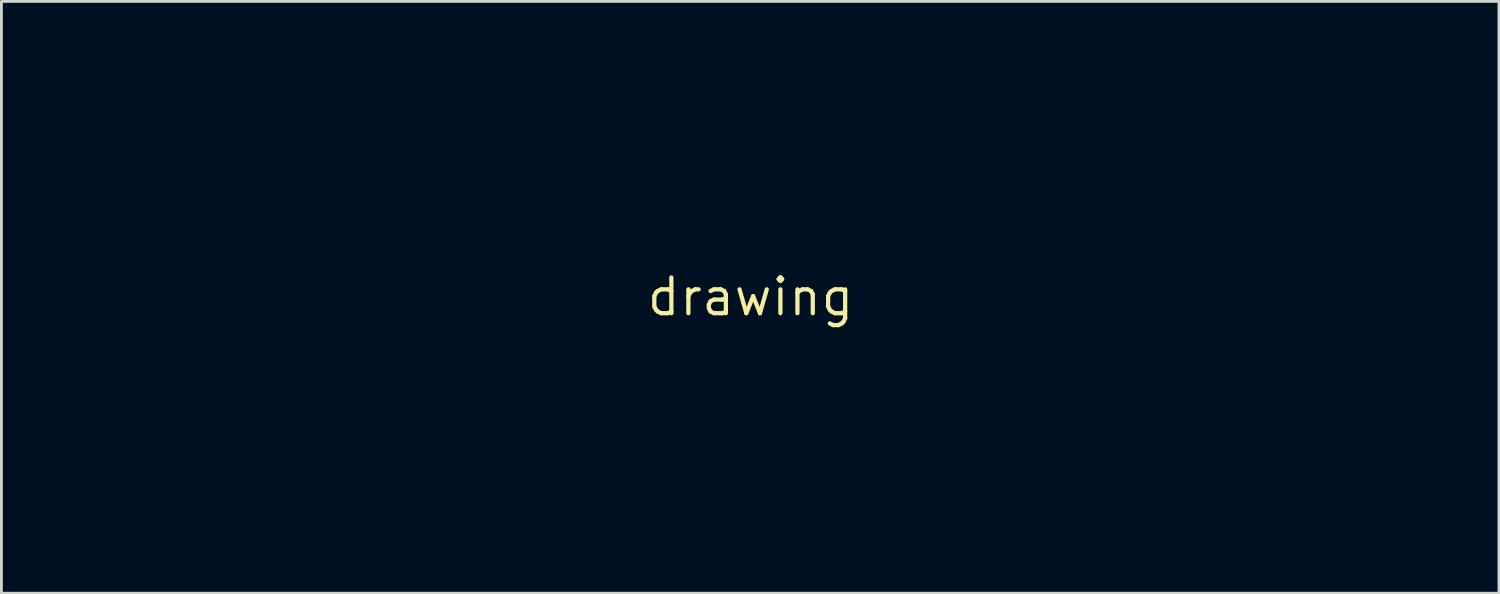
<source format=kicad_pcb>
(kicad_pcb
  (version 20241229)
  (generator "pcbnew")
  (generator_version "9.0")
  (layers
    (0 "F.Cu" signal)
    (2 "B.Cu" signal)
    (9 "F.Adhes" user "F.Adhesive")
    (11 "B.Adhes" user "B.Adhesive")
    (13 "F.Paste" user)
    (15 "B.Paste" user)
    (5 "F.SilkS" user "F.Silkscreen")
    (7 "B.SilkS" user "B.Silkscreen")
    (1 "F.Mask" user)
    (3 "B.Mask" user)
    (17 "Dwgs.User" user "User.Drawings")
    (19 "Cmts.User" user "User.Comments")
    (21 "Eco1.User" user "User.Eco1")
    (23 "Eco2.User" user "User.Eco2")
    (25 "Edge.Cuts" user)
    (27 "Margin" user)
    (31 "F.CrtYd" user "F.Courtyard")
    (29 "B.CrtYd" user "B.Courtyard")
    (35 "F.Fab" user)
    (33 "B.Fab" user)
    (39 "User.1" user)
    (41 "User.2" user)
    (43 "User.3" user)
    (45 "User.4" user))
  (footprint "drawing"
    (layer "F.Cu")
    (at 23.59 7.486)
    (property "Reference" "drawing" (at 0 0 0) (layer "F.SilkS") (effects (font (size 1.27 1.27) (thickness 0.15))))
    (attr through_hole)
    (fp_poly (pts (xy -3.48 2.815) (xy -3.184 2.816) (xy -2.905 2.817) (xy -2.645 2.818) (xy -2.407 2.819) (xy -2.192 2.821) (xy -2.005 2.822) (xy -1.848 2.824) (xy -1.723 2.827) (xy -1.632 2.829) (xy -1.58 2.831) (xy -1.566 2.834) (xy -1.576 2.856) (xy -1.605 2.91) (xy -1.649 2.992) (xy -1.705 3.095) (xy -1.772 3.214) (xy -1.847 3.346) (xy -1.847 3.347) (xy -2.128 3.842) (xy -2.8 3.847) (xy -3.471 3.853) (xy -3.471 7.514) (xy -4.487 7.514) (xy -4.487 3.852) (xy -6.011 3.852) (xy -6.011 2.815) (xy -3.789 2.815) (xy -3.48 2.815)) (stroke (width 0.01) (type solid)) (fill yes) (layer "F.Mask"))
    (fp_poly (pts (xy -16.835 2.815) (xy -16.558 2.816) (xy -16.296 2.817) (xy -16.052 2.818) (xy -15.829 2.819) (xy -15.63 2.82) (xy -15.458 2.822) (xy -15.316 2.824) (xy -15.206 2.826) (xy -15.132 2.828) (xy -15.096 2.83) (xy -15.093 2.831) (xy -15.103 2.853) (xy -15.131 2.907) (xy -15.175 2.987) (xy -15.232 3.09) (xy -15.299 3.209) (xy -15.374 3.341) (xy -15.376 3.344) (xy -15.658 3.842) (xy -16.899 3.847) (xy -18.14 3.853) (xy -18.14 4.763) (xy -17.166 4.763) (xy -16.968 4.763) (xy -16.783 4.764) (xy -16.616 4.765) (xy -16.471 4.767) (xy -16.352 4.77) (xy -16.263 4.772) (xy -16.208 4.776) (xy -16.193 4.778) (xy -16.203 4.8) (xy -16.231 4.854) (xy -16.275 4.935) (xy -16.331 5.037) (xy -16.398 5.157) (xy -16.472 5.289) (xy -16.474 5.292) (xy -16.756 5.789) (xy -18.14 5.8) (xy -18.14 7.514) (xy -19.156 7.514) (xy -19.156 2.815) (xy -17.124 2.815) (xy -16.835 2.815)) (stroke (width 0.01) (type solid)) (fill yes) (layer "F.Mask"))
    (fp_poly (pts (xy 17.286 2.815) (xy 17.563 2.816) (xy 17.825 2.817) (xy 18.069 2.818) (xy 18.291 2.819) (xy 18.49 2.82) (xy 18.662 2.822) (xy 18.805 2.824) (xy 18.915 2.826) (xy 18.989 2.828) (xy 19.025 2.83) (xy 19.028 2.831) (xy 19.018 2.853) (xy 18.99 2.907) (xy 18.946 2.987) (xy 18.889 3.09) (xy 18.822 3.21) (xy 18.748 3.342) (xy 18.747 3.344) (xy 18.466 3.842) (xy 17.223 3.847) (xy 15.981 3.853) (xy 15.981 4.763) (xy 16.957 4.763) (xy 17.185 4.763) (xy 17.375 4.763) (xy 17.53 4.764) (xy 17.653 4.765) (xy 17.747 4.767) (xy 17.817 4.769) (xy 17.866 4.773) (xy 17.897 4.777) (xy 17.914 4.783) (xy 17.92 4.79) (xy 17.919 4.799) (xy 17.919 4.8) (xy 17.905 4.827) (xy 17.873 4.887) (xy 17.827 4.973) (xy 17.768 5.079) (xy 17.7 5.201) (xy 17.636 5.318) (xy 17.367 5.799) (xy 16.674 5.799) (xy 15.981 5.8) (xy 15.981 6.477) (xy 17.505 6.477) (xy 17.755 6.477) (xy 17.992 6.478) (xy 18.213 6.478) (xy 18.414 6.479) (xy 18.593 6.481) (xy 18.746 6.482) (xy 18.869 6.484) (xy 18.959 6.485) (xy 19.014 6.487) (xy 19.029 6.489) (xy 19.019 6.51) (xy 18.991 6.563) (xy 18.948 6.643) (xy 18.892 6.746) (xy 18.826 6.866) (xy 18.753 6.998) (xy 18.748 7.007) (xy 18.468 7.513) (xy 16.716 7.514) (xy 14.965 7.514) (xy 14.965 2.815) (xy 16.997 2.815) (xy 17.286 2.815)) (stroke (width 0.01) (type solid)) (fill yes) (layer "F.Mask"))
    (fp_poly (pts (xy 9.118 2.82) (xy 9.377 2.822) (xy 9.597 2.824) (xy 9.782 2.825) (xy 9.936 2.827) (xy 10.063 2.829) (xy 10.165 2.832) (xy 10.247 2.836) (xy 10.313 2.84) (xy 10.366 2.845) (xy 10.409 2.851) (xy 10.446 2.859) (xy 10.482 2.868) (xy 10.505 2.874) (xy 10.749 2.963) (xy 10.972 3.086) (xy 11.17 3.24) (xy 11.341 3.421) (xy 11.481 3.627) (xy 11.588 3.853) (xy 11.659 4.097) (xy 11.683 4.245) (xy 11.69 4.473) (xy 11.663 4.708) (xy 11.605 4.938) (xy 11.519 5.152) (xy 11.478 5.228) (xy 11.41 5.329) (xy 11.318 5.44) (xy 11.213 5.551) (xy 11.105 5.653) (xy 11.002 5.736) (xy 10.936 5.779) (xy 10.812 5.848) (xy 11.645 6.681) (xy 12.478 7.514) (xy 11.165 7.514) (xy 10.425 6.773) (xy 9.684 6.032) (xy 8.932 6.032) (xy 8.932 7.514) (xy 7.895 7.514) (xy 7.895 4.995) (xy 8.932 4.995) (xy 9.542 4.995) (xy 9.731 4.995) (xy 9.882 4.993) (xy 10.001 4.991) (xy 10.094 4.987) (xy 10.164 4.981) (xy 10.219 4.973) (xy 10.261 4.963) (xy 10.264 4.962) (xy 10.376 4.911) (xy 10.483 4.829) (xy 10.573 4.729) (xy 10.611 4.668) (xy 10.645 4.57) (xy 10.659 4.452) (xy 10.653 4.329) (xy 10.628 4.22) (xy 10.61 4.178) (xy 10.518 4.048) (xy 10.397 3.942) (xy 10.343 3.91) (xy 10.317 3.897) (xy 10.289 3.886) (xy 10.256 3.878) (xy 10.211 3.872) (xy 10.151 3.867) (xy 10.069 3.864) (xy 9.961 3.861) (xy 9.823 3.859) (xy 9.648 3.857) (xy 9.594 3.857) (xy 8.932 3.85) (xy 8.932 4.995) (xy 7.895 4.995) (xy 7.895 2.812) (xy 9.118 2.82)) (stroke (width 0.01) (type solid)) (fill yes) (layer "F.Mask"))
    (fp_poly (pts (xy 1.846 4.272) (xy 1.852 5.729) (xy 1.942 5.91) (xy 2.052 6.09) (xy 2.189 6.236) (xy 2.351 6.349) (xy 2.541 6.429) (xy 2.597 6.445) (xy 2.79 6.475) (xy 2.981 6.465) (xy 3.165 6.419) (xy 3.337 6.339) (xy 3.492 6.229) (xy 3.624 6.091) (xy 3.729 5.929) (xy 3.791 5.777) (xy 3.799 5.749) (xy 3.806 5.719) (xy 3.812 5.684) (xy 3.816 5.64) (xy 3.82 5.583) (xy 3.824 5.511) (xy 3.826 5.421) (xy 3.828 5.308) (xy 3.829 5.171) (xy 3.83 5.005) (xy 3.831 4.807) (xy 3.831 4.574) (xy 3.831 4.303) (xy 3.831 4.231) (xy 3.831 2.815) (xy 4.87 2.815) (xy 4.863 4.323) (xy 4.862 4.626) (xy 4.861 4.89) (xy 4.859 5.119) (xy 4.857 5.315) (xy 4.854 5.483) (xy 4.849 5.625) (xy 4.843 5.745) (xy 4.835 5.847) (xy 4.824 5.933) (xy 4.81 6.007) (xy 4.793 6.074) (xy 4.773 6.135) (xy 4.749 6.194) (xy 4.721 6.255) (xy 4.688 6.322) (xy 4.65 6.396) (xy 4.647 6.403) (xy 4.496 6.658) (xy 4.316 6.883) (xy 4.107 7.077) (xy 3.871 7.239) (xy 3.608 7.368) (xy 3.397 7.442) (xy 3.311 7.466) (xy 3.232 7.482) (xy 3.148 7.493) (xy 3.048 7.501) (xy 2.919 7.505) (xy 2.889 7.506) (xy 2.723 7.507) (xy 2.591 7.503) (xy 2.488 7.492) (xy 2.437 7.483) (xy 2.15 7.398) (xy 1.883 7.278) (xy 1.638 7.125) (xy 1.419 6.941) (xy 1.229 6.73) (xy 1.077 6.502) (xy 1 6.348) (xy 0.93 6.171) (xy 0.873 5.988) (xy 0.834 5.817) (xy 0.827 5.772) (xy 0.822 5.714) (xy 0.818 5.616) (xy 0.814 5.481) (xy 0.811 5.31) (xy 0.808 5.106) (xy 0.806 4.871) (xy 0.805 4.608) (xy 0.804 4.318) (xy 0.804 4.211) (xy 0.804 2.815) (xy 1.84 2.815) (xy 1.846 4.272)) (stroke (width 0.01) (type solid)) (fill yes) (layer "F.Mask"))
    (fp_poly (pts (xy -11.811 4.208) (xy -11.811 4.498) (xy -11.811 4.749) (xy -11.81 4.964) (xy -11.808 5.147) (xy -11.806 5.301) (xy -11.803 5.43) (xy -11.798 5.536) (xy -11.791 5.622) (xy -11.783 5.693) (xy -11.772 5.752) (xy -11.759 5.801) (xy -11.744 5.845) (xy -11.726 5.886) (xy -11.704 5.927) (xy -11.689 5.957) (xy -11.619 6.062) (xy -11.523 6.17) (xy -11.415 6.269) (xy -11.309 6.345) (xy -11.291 6.355) (xy -11.1 6.434) (xy -10.902 6.472) (xy -10.7 6.469) (xy -10.499 6.424) (xy -10.363 6.37) (xy -10.259 6.307) (xy -10.149 6.216) (xy -10.046 6.111) (xy -9.961 6.002) (xy -9.929 5.949) (xy -9.905 5.902) (xy -9.884 5.858) (xy -9.866 5.812) (xy -9.851 5.762) (xy -9.838 5.705) (xy -9.828 5.636) (xy -9.819 5.554) (xy -9.813 5.453) (xy -9.808 5.332) (xy -9.805 5.186) (xy -9.803 5.012) (xy -9.801 4.808) (xy -9.801 4.569) (xy -9.801 4.292) (xy -9.801 4.175) (xy -9.8 2.815) (xy -8.784 2.815) (xy -8.784 4.263) (xy -8.784 4.561) (xy -8.785 4.82) (xy -8.785 5.043) (xy -8.787 5.235) (xy -8.789 5.397) (xy -8.793 5.535) (xy -8.797 5.651) (xy -8.804 5.748) (xy -8.812 5.831) (xy -8.822 5.903) (xy -8.835 5.966) (xy -8.85 6.025) (xy -8.868 6.083) (xy -8.888 6.143) (xy -8.91 6.204) (xy -9.023 6.453) (xy -9.171 6.686) (xy -9.351 6.898) (xy -9.557 7.085) (xy -9.786 7.242) (xy -10.031 7.364) (xy -10.094 7.388) (xy -10.2 7.423) (xy -10.315 7.456) (xy -10.416 7.481) (xy -10.432 7.484) (xy -10.55 7.5) (xy -10.693 7.509) (xy -10.847 7.511) (xy -10.998 7.507) (xy -11.132 7.495) (xy -11.216 7.481) (xy -11.376 7.442) (xy -11.519 7.394) (xy -11.664 7.331) (xy -11.748 7.29) (xy -11.99 7.142) (xy -12.21 6.962) (xy -12.402 6.753) (xy -12.564 6.52) (xy -12.69 6.267) (xy -12.726 6.175) (xy -12.749 6.109) (xy -12.768 6.047) (xy -12.785 5.986) (xy -12.8 5.923) (xy -12.812 5.853) (xy -12.822 5.773) (xy -12.83 5.681) (xy -12.836 5.572) (xy -12.84 5.443) (xy -12.844 5.291) (xy -12.846 5.112) (xy -12.847 4.902) (xy -12.848 4.659) (xy -12.848 4.379) (xy -12.848 4.231) (xy -12.848 2.815) (xy -11.811 2.815) (xy -11.811 4.208)) (stroke (width 0.01) (type solid)) (fill yes) (layer "F.Mask"))
    (fp_poly (pts (xy 11.108 -3.523) (xy 11.238 -3.485) (xy 11.354 -3.416) (xy 11.417 -3.364) (xy 11.519 -3.253) (xy 11.586 -3.137) (xy 11.621 -3.004) (xy 11.63 -2.868) (xy 11.618 -2.713) (xy 11.579 -2.583) (xy 11.508 -2.468) (xy 11.417 -2.372) (xy 11.318 -2.295) (xy 11.213 -2.241) (xy 11.09 -2.208) (xy 10.945 -2.19) (xy 10.914 -2.188) (xy 10.842 -2.185) (xy 10.73 -2.179) (xy 10.58 -2.173) (xy 10.392 -2.164) (xy 10.168 -2.154) (xy 9.91 -2.143) (xy 9.617 -2.13) (xy 9.293 -2.116) (xy 8.937 -2.1) (xy 8.551 -2.083) (xy 8.137 -2.065) (xy 7.695 -2.046) (xy 7.226 -2.025) (xy 6.733 -2.004) (xy 6.215 -1.981) (xy 5.675 -1.958) (xy 5.114 -1.933) (xy 4.532 -1.908) (xy 3.931 -1.882) (xy 3.312 -1.855) (xy 2.677 -1.828) (xy 2.027 -1.799) (xy 1.362 -1.77) (xy 0.684 -1.741) (xy -0.005 -1.711) (xy -0.705 -1.681) (xy -1.415 -1.65) (xy -2.132 -1.619) (xy -2.857 -1.588) (xy -3.586 -1.556) (xy -4.321 -1.524) (xy -5.059 -1.493) (xy -5.798 -1.461) (xy -6.539 -1.429) (xy -7.279 -1.397) (xy -8.017 -1.365) (xy -8.753 -1.333) (xy -9.484 -1.301) (xy -10.21 -1.27) (xy -10.93 -1.239) (xy -11.642 -1.208) (xy -12.345 -1.178) (xy -13.038 -1.148) (xy -13.72 -1.119) (xy -14.389 -1.09) (xy -15.044 -1.062) (xy -15.684 -1.034) (xy -16.308 -1.008) (xy -16.914 -0.981) (xy -17.502 -0.956) (xy -18.07 -0.932) (xy -18.617 -0.908) (xy -19.142 -0.886) (xy -19.643 -0.864) (xy -20.119 -0.844) (xy -20.57 -0.825) (xy -20.993 -0.807) (xy -21.388 -0.79) (xy -21.753 -0.774) (xy -22.088 -0.76) (xy -22.39 -0.747) (xy -22.659 -0.736) (xy -22.894 -0.726) (xy -23.093 -0.718) (xy -23.255 -0.711) (xy -23.379 -0.706) (xy -23.464 -0.703) (xy -23.509 -0.701) (xy -23.515 -0.701) (xy -23.565 -0.704) (xy -23.585 -0.709) (xy -23.58 -0.712) (xy -23.556 -0.714) (xy -23.491 -0.72) (xy -23.387 -0.729) (xy -23.244 -0.741) (xy -23.063 -0.756) (xy -22.847 -0.774) (xy -22.595 -0.795) (xy -22.31 -0.819) (xy -21.992 -0.845) (xy -21.643 -0.874) (xy -21.264 -0.906) (xy -20.855 -0.939) (xy -20.42 -0.975) (xy -19.957 -1.013) (xy -19.469 -1.054) (xy -18.958 -1.096) (xy -18.423 -1.14) (xy -17.867 -1.185) (xy -17.29 -1.233) (xy -16.694 -1.282) (xy -16.08 -1.332) (xy -15.449 -1.384) (xy -14.803 -1.437) (xy -14.142 -1.491) (xy -13.468 -1.546) (xy -12.782 -1.603) (xy -12.085 -1.66) (xy -11.379 -1.717) (xy -10.664 -1.776) (xy -9.942 -1.835) (xy -9.214 -1.895) (xy -8.481 -1.955) (xy -7.745 -2.015) (xy -7.006 -2.075) (xy -6.266 -2.136) (xy -5.527 -2.196) (xy -4.788 -2.257) (xy -4.052 -2.317) (xy -3.32 -2.377) (xy -2.593 -2.436) (xy -1.872 -2.495) (xy -1.158 -2.553) (xy -0.452 -2.611) (xy 0.243 -2.667) (xy 0.928 -2.723) (xy 1.6 -2.778) (xy 2.26 -2.832) (xy 2.904 -2.884) (xy 3.533 -2.935) (xy 4.145 -2.985) (xy 4.738 -3.034) (xy 5.313 -3.08) (xy 5.866 -3.125) (xy 6.398 -3.168) (xy 6.907 -3.21) (xy 7.391 -3.249) (xy 7.851 -3.286) (xy 8.283 -3.321) (xy 8.688 -3.354) (xy 9.063 -3.384) (xy 9.409 -3.412) (xy 9.722 -3.438) (xy 10.004 -3.46) (xy 10.251 -3.48) (xy 10.463 -3.497) (xy 10.639 -3.511) (xy 10.777 -3.522) (xy 10.877 -3.529) (xy 10.937 -3.534) (xy 10.955 -3.535) (xy 11.108 -3.523)) (stroke (width 0.01) (type solid)) (fill yes) (layer "F.Mask"))
    (fp_poly (pts (xy 22.9 -7.48) (xy 22.925 -7.478) (xy 22.944 -7.475) (xy 22.96 -7.471) (xy 22.972 -7.467) (xy 22.982 -7.462) (xy 22.99 -7.456) (xy 22.997 -7.45) (xy 23.004 -7.444) (xy 23.012 -7.438) (xy 23.022 -7.431) (xy 23.035 -7.424) (xy 23.035 -7.424) (xy 23.178 -7.338) (xy 23.31 -7.221) (xy 23.418 -7.083) (xy 23.473 -6.985) (xy 23.534 -6.805) (xy 23.556 -6.624) (xy 23.541 -6.447) (xy 23.492 -6.278) (xy 23.411 -6.123) (xy 23.3 -5.987) (xy 23.163 -5.873) (xy 23.001 -5.788) (xy 22.827 -5.738) (xy 22.802 -5.735) (xy 22.737 -5.729) (xy 22.631 -5.72) (xy 22.487 -5.707) (xy 22.305 -5.691) (xy 22.087 -5.672) (xy 21.835 -5.65) (xy 21.548 -5.626) (xy 21.229 -5.598) (xy 20.879 -5.568) (xy 20.498 -5.535) (xy 20.088 -5.5) (xy 19.651 -5.462) (xy 19.187 -5.422) (xy 18.698 -5.38) (xy 18.184 -5.336) (xy 17.648 -5.29) (xy 17.089 -5.242) (xy 16.511 -5.193) (xy 15.912 -5.142) (xy 15.296 -5.089) (xy 14.663 -5.035) (xy 14.014 -4.979) (xy 13.35 -4.922) (xy 12.673 -4.864) (xy 11.984 -4.806) (xy 11.284 -4.746) (xy 10.574 -4.685) (xy 9.855 -4.624) (xy 9.13 -4.562) (xy 8.398 -4.499) (xy 7.661 -4.436) (xy 6.92 -4.373) (xy 6.177 -4.309) (xy 5.432 -4.246) (xy 4.687 -4.182) (xy 3.944 -4.119) (xy 3.202 -4.056) (xy 2.464 -3.993) (xy 1.731 -3.93) (xy 1.003 -3.868) (xy 0.283 -3.807) (xy -0.43 -3.746) (xy -1.133 -3.686) (xy -1.825 -3.627) (xy -2.505 -3.569) (xy -3.172 -3.512) (xy -3.825 -3.457) (xy -4.463 -3.402) (xy -5.084 -3.35) (xy -5.687 -3.298) (xy -6.271 -3.249) (xy -6.835 -3.201) (xy -7.377 -3.155) (xy -7.897 -3.111) (xy -8.392 -3.069) (xy -8.863 -3.029) (xy -9.308 -2.991) (xy -9.725 -2.956) (xy -10.113 -2.923) (xy -10.471 -2.892) (xy -10.799 -2.865) (xy -11.094 -2.84) (xy -11.356 -2.818) (xy -11.583 -2.799) (xy -11.774 -2.783) (xy -11.928 -2.77) (xy -12.044 -2.761) (xy -12.12 -2.754) (xy -12.156 -2.752) (xy -12.158 -2.752) (xy -12.169 -2.76) (xy -12.167 -2.762) (xy -12.146 -2.765) (xy -12.084 -2.774) (xy -11.982 -2.789) (xy -11.84 -2.808) (xy -11.661 -2.833) (xy -11.445 -2.863) (xy -11.192 -2.898) (xy -10.904 -2.937) (xy -10.583 -2.982) (xy -10.228 -3.03) (xy -9.841 -3.083) (xy -9.423 -3.141) (xy -8.974 -3.202) (xy -8.496 -3.267) (xy -7.99 -3.337) (xy -7.457 -3.41) (xy -6.898 -3.486) (xy -6.313 -3.566) (xy -5.703 -3.649) (xy -5.071 -3.736) (xy -4.416 -3.825) (xy -3.739 -3.917) (xy -3.042 -4.013) (xy -2.326 -4.11) (xy -1.591 -4.21) (xy -0.839 -4.313) (xy -0.07 -4.418) (xy 0.715 -4.525) (xy 1.514 -4.634) (xy 2.327 -4.745) (xy 3.152 -4.857) (xy 3.989 -4.971) (xy 4.837 -5.086) (xy 5.187 -5.134) (xy 6.222 -5.275) (xy 7.215 -5.41) (xy 8.168 -5.54) (xy 9.081 -5.664) (xy 9.956 -5.784) (xy 10.793 -5.898) (xy 11.593 -6.007) (xy 12.358 -6.111) (xy 13.086 -6.21) (xy 13.781 -6.304) (xy 14.442 -6.394) (xy 15.07 -6.48) (xy 15.667 -6.561) (xy 16.232 -6.637) (xy 16.767 -6.71) (xy 17.273 -6.778) (xy 17.75 -6.843) (xy 18.2 -6.903) (xy 18.622 -6.96) (xy 19.019 -7.013) (xy 19.391 -7.063) (xy 19.738 -7.109) (xy 20.062 -7.152) (xy 20.363 -7.192) (xy 20.642 -7.229) (xy 20.901 -7.262) (xy 21.139 -7.293) (xy 21.358 -7.321) (xy 21.559 -7.346) (xy 21.742 -7.369) (xy 21.908 -7.389) (xy 22.058 -7.407) (xy 22.193 -7.423) (xy 22.314 -7.436) (xy 22.422 -7.448) (xy 22.517 -7.457) (xy 22.6 -7.465) (xy 22.672 -7.471) (xy 22.735 -7.476) (xy 22.788 -7.479) (xy 22.832 -7.48) (xy 22.87 -7.481) (xy 22.9 -7.48)) (stroke (width 0.01) (type solid)) (fill yes) (layer "F.Mask")))
  (gr_rect
    (start -3 -3)
    (end 50.151 18.005)
    (stroke (width 0.1) (type default))
    (fill no)
    (layer "Edge.Cuts")))
</source>
